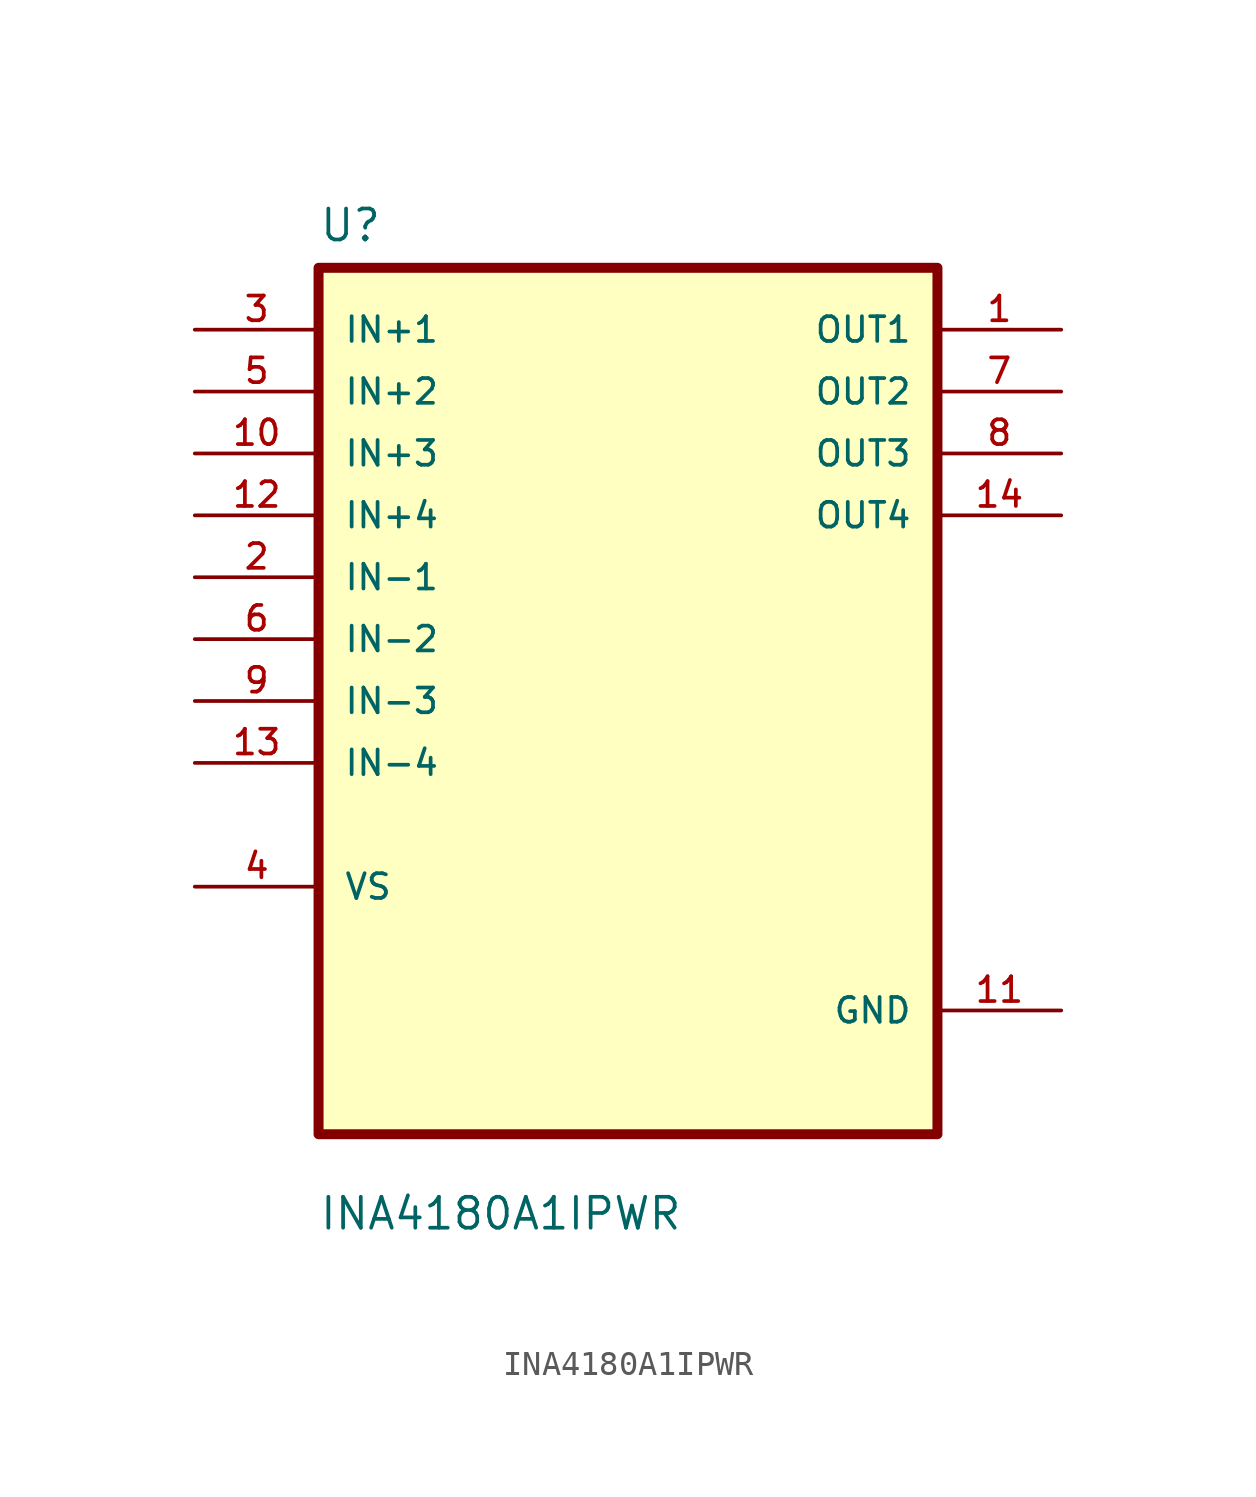
<source format=kicad_sym>
(kicad_symbol_lib
  (version 20211014)
  (generator kicad_symbol_editor)
  (symbol "INA4180A1IPWR"
    (pin_names
      (offset 1.016))
    (property "Reference" "U"
      (at -12.7 18.78 0.0)
      (effects (font (size 1.27 1.27)) (justify bottom left)))
    (property "Value" "INA4180A1IPWR"
      (at -12.7 -21.78 0.0)
      (effects (font (size 1.27 1.27)) (justify bottom left)))
    (symbol "INA4180A1IPWR_0_0"
      (rectangle (start -12.7 -17.78) (end 12.7 17.78) (stroke (width 0.41)) (fill (type background)))
      (pin input line (at -17.78 15.24 0) (length 5.08) (name "IN+1" (effects (font (size 1.016 1.016)))) (number "3" (effects (font (size 1.016 1.016)))))
      (pin input line (at -17.78 12.7 0) (length 5.08) (name "IN+2" (effects (font (size 1.016 1.016)))) (number "5" (effects (font (size 1.016 1.016)))))
      (pin input line (at -17.78 10.16 0) (length 5.08) (name "IN+3" (effects (font (size 1.016 1.016)))) (number "10" (effects (font (size 1.016 1.016)))))
      (pin input line (at -17.78 7.62 0) (length 5.08) (name "IN+4" (effects (font (size 1.016 1.016)))) (number "12" (effects (font (size 1.016 1.016)))))
      (pin input line (at -17.78 5.08 0) (length 5.08) (name "IN-1" (effects (font (size 1.016 1.016)))) (number "2" (effects (font (size 1.016 1.016)))))
      (pin input line (at -17.78 2.54 0) (length 5.08) (name "IN-2" (effects (font (size 1.016 1.016)))) (number "6" (effects (font (size 1.016 1.016)))))
      (pin input line (at -17.78 3.55271e-15 0) (length 5.08) (name "IN-3" (effects (font (size 1.016 1.016)))) (number "9" (effects (font (size 1.016 1.016)))))
      (pin input line (at -17.78 -2.54 0) (length 5.08) (name "IN-4" (effects (font (size 1.016 1.016)))) (number "13" (effects (font (size 1.016 1.016)))))
      (pin bidirectional line (at -17.78 -7.62 0) (length 5.08) (name "VS" (effects (font (size 1.016 1.016)))) (number "4" (effects (font (size 1.016 1.016)))))
      (pin output line (at 17.78 15.24 180.0) (length 5.08) (name "OUT1" (effects (font (size 1.016 1.016)))) (number "1" (effects (font (size 1.016 1.016)))))
      (pin output line (at 17.78 12.7 180.0) (length 5.08) (name "OUT2" (effects (font (size 1.016 1.016)))) (number "7" (effects (font (size 1.016 1.016)))))
      (pin output line (at 17.78 10.16 180.0) (length 5.08) (name "OUT3" (effects (font (size 1.016 1.016)))) (number "8" (effects (font (size 1.016 1.016)))))
      (pin output line (at 17.78 7.62 180.0) (length 5.08) (name "OUT4" (effects (font (size 1.016 1.016)))) (number "14" (effects (font (size 1.016 1.016)))))
      (pin power_in line (at 17.78 -12.7 180.0) (length 5.08) (name "GND" (effects (font (size 1.016 1.016)))) (number "11" (effects (font (size 1.016 1.016))))))))
</source>
